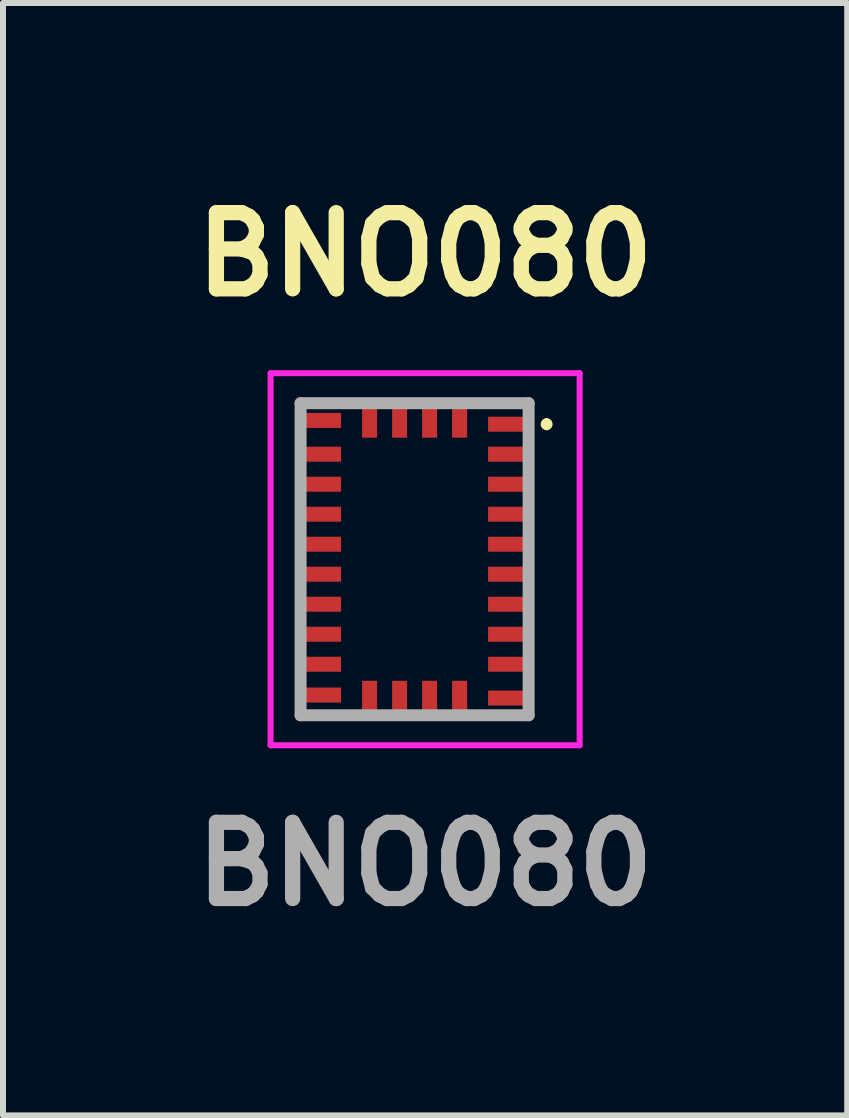
<source format=kicad_pcb>
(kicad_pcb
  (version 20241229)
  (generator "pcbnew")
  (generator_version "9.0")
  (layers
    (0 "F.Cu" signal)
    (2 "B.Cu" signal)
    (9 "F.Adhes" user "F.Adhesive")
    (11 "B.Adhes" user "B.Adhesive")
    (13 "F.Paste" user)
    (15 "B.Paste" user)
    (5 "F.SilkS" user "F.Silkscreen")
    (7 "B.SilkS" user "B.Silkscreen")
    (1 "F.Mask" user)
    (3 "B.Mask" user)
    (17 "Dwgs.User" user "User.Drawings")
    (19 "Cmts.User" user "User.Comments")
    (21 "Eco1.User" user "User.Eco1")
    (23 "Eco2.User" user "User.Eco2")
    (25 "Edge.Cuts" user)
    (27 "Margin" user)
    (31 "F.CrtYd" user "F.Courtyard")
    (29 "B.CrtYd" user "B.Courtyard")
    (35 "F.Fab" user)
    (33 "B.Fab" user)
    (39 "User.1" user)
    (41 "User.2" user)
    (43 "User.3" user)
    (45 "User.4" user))
  (footprint "BNO080"
    (layer "F.Cu")
    (at 4.034 6.269)
    (property "Reference" "BNO080" (at 0 -5.08 0) (layer "F.SilkS") (effects (font (size 1.27 1.27) (thickness 0.254))))
    (attr smd)
    (fp_line (start -2.075 2.6) (end -1.275 2.6) (stroke (width 0.1) (type solid)) (layer "F.SilkS"))
    (fp_line (start -1.275 -2.6) (end -2.075 -2.6) (stroke (width 0.1) (type solid)) (layer "F.SilkS"))
    (fp_line (start 0.925 -2.6) (end 1.725 -2.6) (stroke (width 0.1) (type solid)) (layer "F.SilkS"))
    (fp_line (start 0.925 2.6) (end 1.725 2.6) (stroke (width 0.1) (type solid)) (layer "F.SilkS"))
    (fp_line (start 2.025 -2.3) (end 2.025 -2.3) (stroke (width 0.1) (type solid)) (layer "F.SilkS"))
    (fp_line (start 2.025 -2.2) (end 2.025 -2.2) (stroke (width 0.1) (type solid)) (layer "F.SilkS"))
    (fp_arc (start 2.025 -2.3) (mid 2.075 -2.25) (end 2.025 -2.2) (stroke (width 0.1) (type solid)) (layer "F.SilkS"))
    (fp_arc (start 2.025 -2.2) (mid 1.975 -2.25) (end 2.025 -2.3) (stroke (width 0.1) (type solid)) (layer "F.SilkS"))
    (fp_line (start -2.575 -3.1) (end 2.575 -3.1) (stroke (width 0.1) (type solid)) (layer "F.CrtYd"))
    (fp_line (start -2.575 3.1) (end -2.575 -3.1) (stroke (width 0.1) (type solid)) (layer "F.CrtYd"))
    (fp_line (start 2.575 -3.1) (end 2.575 3.1) (stroke (width 0.1) (type solid)) (layer "F.CrtYd"))
    (fp_line (start 2.575 3.1) (end -2.575 3.1) (stroke (width 0.1) (type solid)) (layer "F.CrtYd"))
    (fp_line (start -2.075 -2.6) (end 1.725 -2.6) (stroke (width 0.2) (type solid)) (layer "F.Fab"))
    (fp_line (start -2.075 2.6) (end -2.075 -2.6) (stroke (width 0.2) (type solid)) (layer "F.Fab"))
    (fp_line (start 1.725 -2.6) (end 1.725 2.6) (stroke (width 0.2) (type solid)) (layer "F.Fab"))
    (fp_line (start 1.725 2.6) (end -2.075 2.6) (stroke (width 0.2) (type solid)) (layer "F.Fab"))
    (fp_text user "${REFERENCE}" (at 0 5.08 0) (layer "F.Fab") (effects (font (size 1.27 1.27) (thickness 0.254))))
    (pad "1" smd rect (at 1.387 -2.25 90) (size 0.25 0.675) (layers "F.Cu" "F.Mask" "F.Paste"))
    (pad "2" smd rect (at 0.575 -2.313) (size 0.25 0.575) (layers "F.Cu" "F.Mask" "F.Paste"))
    (pad "3" smd rect (at 0.075 -2.313) (size 0.25 0.575) (layers "F.Cu" "F.Mask" "F.Paste"))
    (pad "4" smd rect (at -0.425 -2.313) (size 0.25 0.575) (layers "F.Cu" "F.Mask" "F.Paste"))
    (pad "5" smd rect (at -0.925 -2.313) (size 0.25 0.575) (layers "F.Cu" "F.Mask" "F.Paste"))
    (pad "6" smd rect (at -1.738 -2.313 90) (size 0.25 0.675) (layers "F.Cu" "F.Mask" "F.Paste"))
    (pad "7" smd rect (at -1.738 -1.75 90) (size 0.25 0.675) (layers "F.Cu" "F.Mask" "F.Paste"))
    (pad "8" smd rect (at -1.738 -1.25 90) (size 0.25 0.675) (layers "F.Cu" "F.Mask" "F.Paste"))
    (pad "9" smd rect (at -1.738 -0.75 90) (size 0.25 0.675) (layers "F.Cu" "F.Mask" "F.Paste"))
    (pad "10" smd rect (at -1.738 -0.25 90) (size 0.25 0.675) (layers "F.Cu" "F.Mask" "F.Paste"))
    (pad "11" smd rect (at -1.738 0.25 90) (size 0.25 0.675) (layers "F.Cu" "F.Mask" "F.Paste"))
    (pad "12" smd rect (at -1.738 0.75 90) (size 0.25 0.675) (layers "F.Cu" "F.Mask" "F.Paste"))
    (pad "13" smd rect (at -1.738 1.25 90) (size 0.25 0.675) (layers "F.Cu" "F.Mask" "F.Paste"))
    (pad "14" smd rect (at -1.738 1.75 90) (size 0.25 0.675) (layers "F.Cu" "F.Mask" "F.Paste"))
    (pad "15" smd rect (at -1.738 2.263 90) (size 0.25 0.675) (layers "F.Cu" "F.Mask" "F.Paste"))
    (pad "16" smd rect (at -0.925 2.313) (size 0.25 0.575) (layers "F.Cu" "F.Mask" "F.Paste"))
    (pad "17" smd rect (at -0.425 2.313) (size 0.25 0.575) (layers "F.Cu" "F.Mask" "F.Paste"))
    (pad "18" smd rect (at 0.075 2.313) (size 0.25 0.575) (layers "F.Cu" "F.Mask" "F.Paste"))
    (pad "19" smd rect (at 0.575 2.313) (size 0.25 0.575) (layers "F.Cu" "F.Mask" "F.Paste"))
    (pad "20" smd rect (at 1.387 2.313 90) (size 0.25 0.675) (layers "F.Cu" "F.Mask" "F.Paste"))
    (pad "21" smd rect (at 1.387 1.75 90) (size 0.25 0.675) (layers "F.Cu" "F.Mask" "F.Paste"))
    (pad "22" smd rect (at 1.387 1.25 90) (size 0.25 0.675) (layers "F.Cu" "F.Mask" "F.Paste"))
    (pad "23" smd rect (at 1.387 0.75 90) (size 0.25 0.675) (layers "F.Cu" "F.Mask" "F.Paste"))
    (pad "24" smd rect (at 1.387 0.25 90) (size 0.25 0.675) (layers "F.Cu" "F.Mask" "F.Paste"))
    (pad "25" smd rect (at 1.387 -0.25 90) (size 0.25 0.675) (layers "F.Cu" "F.Mask" "F.Paste"))
    (pad "26" smd rect (at 1.387 -0.75 90) (size 0.25 0.675) (layers "F.Cu" "F.Mask" "F.Paste"))
    (pad "27" smd rect (at 1.387 -1.25 90) (size 0.25 0.675) (layers "F.Cu" "F.Mask" "F.Paste"))
    (pad "28" smd rect (at 1.387 -1.75 90) (size 0.25 0.675) (layers "F.Cu" "F.Mask" "F.Paste")))
  (gr_rect
    (start -3 -3)
    (end 11.068 15.537)
    (stroke (width 0.1) (type default))
    (fill no)
    (layer "Edge.Cuts")))
</source>
